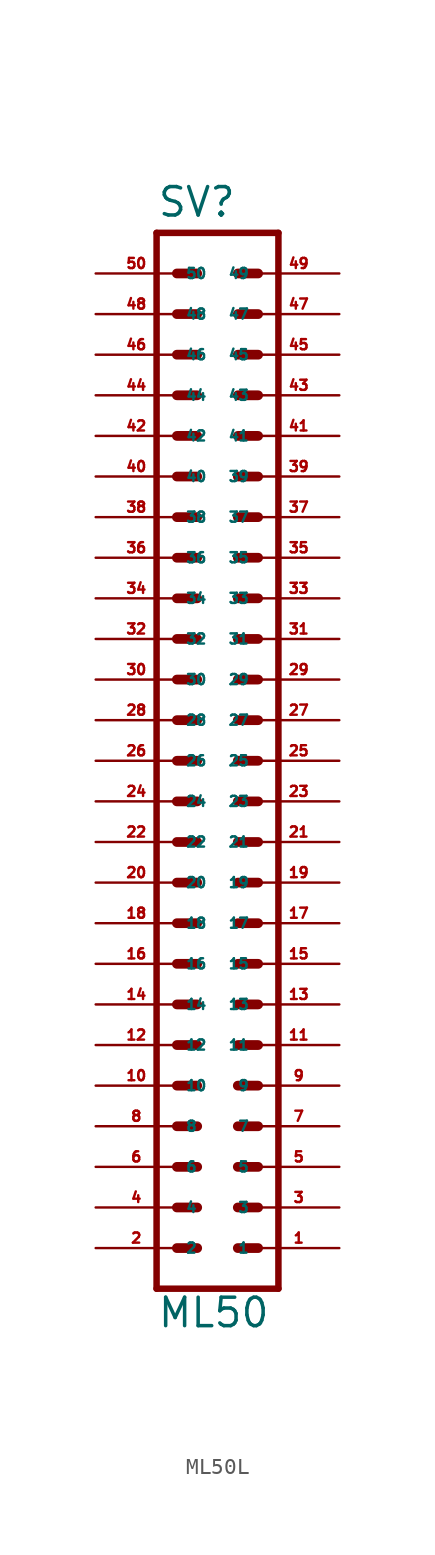
<source format=kicad_sym>
(kicad_symbol_lib
  (version 20220914)
  (generator Eagle2Kicad)
  (symbol "ML50L"
    (property "Reference" "SV"
      (at -3.81 33.909 0)
      (effects (font (size 1.778 1.778) (thickness 0.22)) (justify left bottom)))
    (property "Value" "ML50"
      (at -3.81 -35.56 0)
      (effects (font (size 1.778 1.778) (thickness 0.22)) (justify left bottom)))
    (polyline
      (pts (xy 3.81 -33.02) (xy -3.81 -33.02))
      (stroke (width 0.406) (type default))
      (fill (type none)))
    (polyline
      (pts (xy -3.81 33.02) (xy -3.81 -33.02))
      (stroke (width 0.406) (type default))
      (fill (type none)))
    (polyline
      (pts (xy -3.81 33.02) (xy 3.81 33.02))
      (stroke (width 0.406) (type default))
      (fill (type none)))
    (polyline
      (pts (xy 3.81 -33.02) (xy 3.81 33.02))
      (stroke (width 0.406) (type default))
      (fill (type none)))
    (polyline
      (pts (xy 1.27 -20.32) (xy 2.54 -20.32))
      (stroke (width 0.61) (type default))
      (fill (type none)))
    (polyline
      (pts (xy 1.27 -22.86) (xy 2.54 -22.86))
      (stroke (width 0.61) (type default))
      (fill (type none)))
    (polyline
      (pts (xy 1.27 -25.4) (xy 2.54 -25.4))
      (stroke (width 0.61) (type default))
      (fill (type none)))
    (polyline
      (pts (xy 1.27 -27.94) (xy 2.54 -27.94))
      (stroke (width 0.61) (type default))
      (fill (type none)))
    (polyline
      (pts (xy 1.27 -30.48) (xy 2.54 -30.48))
      (stroke (width 0.61) (type default))
      (fill (type none)))
    (polyline
      (pts (xy -2.54 -20.32) (xy -1.27 -20.32))
      (stroke (width 0.61) (type default))
      (fill (type none)))
    (polyline
      (pts (xy -2.54 -22.86) (xy -1.27 -22.86))
      (stroke (width 0.61) (type default))
      (fill (type none)))
    (polyline
      (pts (xy -2.54 -25.4) (xy -1.27 -25.4))
      (stroke (width 0.61) (type default))
      (fill (type none)))
    (polyline
      (pts (xy -2.54 -27.94) (xy -1.27 -27.94))
      (stroke (width 0.61) (type default))
      (fill (type none)))
    (polyline
      (pts (xy -2.54 -30.48) (xy -1.27 -30.48))
      (stroke (width 0.61) (type default))
      (fill (type none)))
    (polyline
      (pts (xy 1.27 -17.78) (xy 2.54 -17.78))
      (stroke (width 0.61) (type default))
      (fill (type none)))
    (polyline
      (pts (xy 1.27 -15.24) (xy 2.54 -15.24))
      (stroke (width 0.61) (type default))
      (fill (type none)))
    (polyline
      (pts (xy 1.27 -12.7) (xy 2.54 -12.7))
      (stroke (width 0.61) (type default))
      (fill (type none)))
    (polyline
      (pts (xy 1.27 -10.16) (xy 2.54 -10.16))
      (stroke (width 0.61) (type default))
      (fill (type none)))
    (polyline
      (pts (xy 1.27 -7.62) (xy 2.54 -7.62))
      (stroke (width 0.61) (type default))
      (fill (type none)))
    (polyline
      (pts (xy -2.54 -17.78) (xy -1.27 -17.78))
      (stroke (width 0.61) (type default))
      (fill (type none)))
    (polyline
      (pts (xy -2.54 -15.24) (xy -1.27 -15.24))
      (stroke (width 0.61) (type default))
      (fill (type none)))
    (polyline
      (pts (xy -2.54 -12.7) (xy -1.27 -12.7))
      (stroke (width 0.61) (type default))
      (fill (type none)))
    (polyline
      (pts (xy -2.54 -10.16) (xy -1.27 -10.16))
      (stroke (width 0.61) (type default))
      (fill (type none)))
    (polyline
      (pts (xy -2.54 -7.62) (xy -1.27 -7.62))
      (stroke (width 0.61) (type default))
      (fill (type none)))
    (polyline
      (pts (xy 1.27 -5.08) (xy 2.54 -5.08))
      (stroke (width 0.61) (type default))
      (fill (type none)))
    (polyline
      (pts (xy 1.27 -2.54) (xy 2.54 -2.54))
      (stroke (width 0.61) (type default))
      (fill (type none)))
    (polyline
      (pts (xy 1.27 0) (xy 2.54 0))
      (stroke (width 0.61) (type default))
      (fill (type none)))
    (polyline
      (pts (xy -2.54 -5.08) (xy -1.27 -5.08))
      (stroke (width 0.61) (type default))
      (fill (type none)))
    (polyline
      (pts (xy -2.54 -2.54) (xy -1.27 -2.54))
      (stroke (width 0.61) (type default))
      (fill (type none)))
    (polyline
      (pts (xy -2.54 0) (xy -1.27 0))
      (stroke (width 0.61) (type default))
      (fill (type none)))
    (polyline
      (pts (xy 1.27 2.54) (xy 2.54 2.54))
      (stroke (width 0.61) (type default))
      (fill (type none)))
    (polyline
      (pts (xy 1.27 5.08) (xy 2.54 5.08))
      (stroke (width 0.61) (type default))
      (fill (type none)))
    (polyline
      (pts (xy 1.27 7.62) (xy 2.54 7.62))
      (stroke (width 0.61) (type default))
      (fill (type none)))
    (polyline
      (pts (xy 1.27 10.16) (xy 2.54 10.16))
      (stroke (width 0.61) (type default))
      (fill (type none)))
    (polyline
      (pts (xy 1.27 12.7) (xy 2.54 12.7))
      (stroke (width 0.61) (type default))
      (fill (type none)))
    (polyline
      (pts (xy 1.27 15.24) (xy 2.54 15.24))
      (stroke (width 0.61) (type default))
      (fill (type none)))
    (polyline
      (pts (xy 1.27 17.78) (xy 2.54 17.78))
      (stroke (width 0.61) (type default))
      (fill (type none)))
    (polyline
      (pts (xy -2.54 2.54) (xy -1.27 2.54))
      (stroke (width 0.61) (type default))
      (fill (type none)))
    (polyline
      (pts (xy -2.54 5.08) (xy -1.27 5.08))
      (stroke (width 0.61) (type default))
      (fill (type none)))
    (polyline
      (pts (xy -2.54 7.62) (xy -1.27 7.62))
      (stroke (width 0.61) (type default))
      (fill (type none)))
    (polyline
      (pts (xy -2.54 10.16) (xy -1.27 10.16))
      (stroke (width 0.61) (type default))
      (fill (type none)))
    (polyline
      (pts (xy -2.54 12.7) (xy -1.27 12.7))
      (stroke (width 0.61) (type default))
      (fill (type none)))
    (polyline
      (pts (xy -2.54 15.24) (xy -1.27 15.24))
      (stroke (width 0.61) (type default))
      (fill (type none)))
    (polyline
      (pts (xy -2.54 17.78) (xy -1.27 17.78))
      (stroke (width 0.61) (type default))
      (fill (type none)))
    (polyline
      (pts (xy -2.54 20.32) (xy -1.27 20.32))
      (stroke (width 0.61) (type default))
      (fill (type none)))
    (polyline
      (pts (xy -2.54 22.86) (xy -1.27 22.86))
      (stroke (width 0.61) (type default))
      (fill (type none)))
    (polyline
      (pts (xy -2.54 25.4) (xy -1.27 25.4))
      (stroke (width 0.61) (type default))
      (fill (type none)))
    (polyline
      (pts (xy 1.27 20.32) (xy 2.54 20.32))
      (stroke (width 0.61) (type default))
      (fill (type none)))
    (polyline
      (pts (xy 1.27 22.86) (xy 2.54 22.86))
      (stroke (width 0.61) (type default))
      (fill (type none)))
    (polyline
      (pts (xy 1.27 25.4) (xy 2.54 25.4))
      (stroke (width 0.61) (type default))
      (fill (type none)))
    (polyline
      (pts (xy -2.54 27.94) (xy -1.27 27.94))
      (stroke (width 0.61) (type default))
      (fill (type none)))
    (polyline
      (pts (xy -2.54 30.48) (xy -1.27 30.48))
      (stroke (width 0.61) (type default))
      (fill (type none)))
    (polyline
      (pts (xy 1.27 27.94) (xy 2.54 27.94))
      (stroke (width 0.61) (type default))
      (fill (type none)))
    (polyline
      (pts (xy 1.27 30.48) (xy 2.54 30.48))
      (stroke (width 0.61) (type default))
      (fill (type none)))
    (pin passive line
      (at 7.62 -30.48 180)
      (length 5.08)
      (name "1" (effects (font (size 0.635 0.635) (thickness 0.08)) (justify left bottom)))
      (number "1" (effects (font (size 0.635 0.635) (thickness 0.08)) (justify left bottom))))
    (pin passive line
      (at 7.62 -27.94 180)
      (length 5.08)
      (name "3" (effects (font (size 0.635 0.635) (thickness 0.08)) (justify left bottom)))
      (number "3" (effects (font (size 0.635 0.635) (thickness 0.08)) (justify left bottom))))
    (pin passive line
      (at 7.62 -25.4 180)
      (length 5.08)
      (name "5" (effects (font (size 0.635 0.635) (thickness 0.08)) (justify left bottom)))
      (number "5" (effects (font (size 0.635 0.635) (thickness 0.08)) (justify left bottom))))
    (pin passive line
      (at 7.62 -22.86 180)
      (length 5.08)
      (name "7" (effects (font (size 0.635 0.635) (thickness 0.08)) (justify left bottom)))
      (number "7" (effects (font (size 0.635 0.635) (thickness 0.08)) (justify left bottom))))
    (pin passive line
      (at 7.62 -20.32 180)
      (length 5.08)
      (name "9" (effects (font (size 0.635 0.635) (thickness 0.08)) (justify left bottom)))
      (number "9" (effects (font (size 0.635 0.635) (thickness 0.08)) (justify left bottom))))
    (pin passive line
      (at 7.62 -17.78 180)
      (length 5.08)
      (name "11" (effects (font (size 0.635 0.635) (thickness 0.08)) (justify left bottom)))
      (number "11" (effects (font (size 0.635 0.635) (thickness 0.08)) (justify left bottom))))
    (pin passive line
      (at 7.62 -15.24 180)
      (length 5.08)
      (name "13" (effects (font (size 0.635 0.635) (thickness 0.08)) (justify left bottom)))
      (number "13" (effects (font (size 0.635 0.635) (thickness 0.08)) (justify left bottom))))
    (pin passive line
      (at 7.62 -12.7 180)
      (length 5.08)
      (name "15" (effects (font (size 0.635 0.635) (thickness 0.08)) (justify left bottom)))
      (number "15" (effects (font (size 0.635 0.635) (thickness 0.08)) (justify left bottom))))
    (pin passive line
      (at 7.62 -10.16 180)
      (length 5.08)
      (name "17" (effects (font (size 0.635 0.635) (thickness 0.08)) (justify left bottom)))
      (number "17" (effects (font (size 0.635 0.635) (thickness 0.08)) (justify left bottom))))
    (pin passive line
      (at 7.62 -7.62 180)
      (length 5.08)
      (name "19" (effects (font (size 0.635 0.635) (thickness 0.08)) (justify left bottom)))
      (number "19" (effects (font (size 0.635 0.635) (thickness 0.08)) (justify left bottom))))
    (pin passive line
      (at 7.62 -5.08 180)
      (length 5.08)
      (name "21" (effects (font (size 0.635 0.635) (thickness 0.08)) (justify left bottom)))
      (number "21" (effects (font (size 0.635 0.635) (thickness 0.08)) (justify left bottom))))
    (pin passive line
      (at 7.62 -2.54 180)
      (length 5.08)
      (name "23" (effects (font (size 0.635 0.635) (thickness 0.08)) (justify left bottom)))
      (number "23" (effects (font (size 0.635 0.635) (thickness 0.08)) (justify left bottom))))
    (pin passive line
      (at 7.62 0 180)
      (length 5.08)
      (name "25" (effects (font (size 0.635 0.635) (thickness 0.08)) (justify left bottom)))
      (number "25" (effects (font (size 0.635 0.635) (thickness 0.08)) (justify left bottom))))
    (pin passive line
      (at 7.62 2.54 180)
      (length 5.08)
      (name "27" (effects (font (size 0.635 0.635) (thickness 0.08)) (justify left bottom)))
      (number "27" (effects (font (size 0.635 0.635) (thickness 0.08)) (justify left bottom))))
    (pin passive line
      (at 7.62 5.08 180)
      (length 5.08)
      (name "29" (effects (font (size 0.635 0.635) (thickness 0.08)) (justify left bottom)))
      (number "29" (effects (font (size 0.635 0.635) (thickness 0.08)) (justify left bottom))))
    (pin passive line
      (at 7.62 7.62 180)
      (length 5.08)
      (name "31" (effects (font (size 0.635 0.635) (thickness 0.08)) (justify left bottom)))
      (number "31" (effects (font (size 0.635 0.635) (thickness 0.08)) (justify left bottom))))
    (pin passive line
      (at 7.62 10.16 180)
      (length 5.08)
      (name "33" (effects (font (size 0.635 0.635) (thickness 0.08)) (justify left bottom)))
      (number "33" (effects (font (size 0.635 0.635) (thickness 0.08)) (justify left bottom))))
    (pin passive line
      (at 7.62 12.7 180)
      (length 5.08)
      (name "35" (effects (font (size 0.635 0.635) (thickness 0.08)) (justify left bottom)))
      (number "35" (effects (font (size 0.635 0.635) (thickness 0.08)) (justify left bottom))))
    (pin passive line
      (at 7.62 15.24 180)
      (length 5.08)
      (name "37" (effects (font (size 0.635 0.635) (thickness 0.08)) (justify left bottom)))
      (number "37" (effects (font (size 0.635 0.635) (thickness 0.08)) (justify left bottom))))
    (pin passive line
      (at 7.62 17.78 180)
      (length 5.08)
      (name "39" (effects (font (size 0.635 0.635) (thickness 0.08)) (justify left bottom)))
      (number "39" (effects (font (size 0.635 0.635) (thickness 0.08)) (justify left bottom))))
    (pin passive line
      (at -7.62 -30.48 0)
      (length 5.08)
      (name "2" (effects (font (size 0.635 0.635) (thickness 0.08)) (justify left bottom)))
      (number "2" (effects (font (size 0.635 0.635) (thickness 0.08)) (justify left bottom))))
    (pin passive line
      (at -7.62 -27.94 0)
      (length 5.08)
      (name "4" (effects (font (size 0.635 0.635) (thickness 0.08)) (justify left bottom)))
      (number "4" (effects (font (size 0.635 0.635) (thickness 0.08)) (justify left bottom))))
    (pin passive line
      (at -7.62 -25.4 0)
      (length 5.08)
      (name "6" (effects (font (size 0.635 0.635) (thickness 0.08)) (justify left bottom)))
      (number "6" (effects (font (size 0.635 0.635) (thickness 0.08)) (justify left bottom))))
    (pin passive line
      (at -7.62 -22.86 0)
      (length 5.08)
      (name "8" (effects (font (size 0.635 0.635) (thickness 0.08)) (justify left bottom)))
      (number "8" (effects (font (size 0.635 0.635) (thickness 0.08)) (justify left bottom))))
    (pin passive line
      (at -7.62 -20.32 0)
      (length 5.08)
      (name "10" (effects (font (size 0.635 0.635) (thickness 0.08)) (justify left bottom)))
      (number "10" (effects (font (size 0.635 0.635) (thickness 0.08)) (justify left bottom))))
    (pin passive line
      (at -7.62 -17.78 0)
      (length 5.08)
      (name "12" (effects (font (size 0.635 0.635) (thickness 0.08)) (justify left bottom)))
      (number "12" (effects (font (size 0.635 0.635) (thickness 0.08)) (justify left bottom))))
    (pin passive line
      (at -7.62 -15.24 0)
      (length 5.08)
      (name "14" (effects (font (size 0.635 0.635) (thickness 0.08)) (justify left bottom)))
      (number "14" (effects (font (size 0.635 0.635) (thickness 0.08)) (justify left bottom))))
    (pin passive line
      (at -7.62 -12.7 0)
      (length 5.08)
      (name "16" (effects (font (size 0.635 0.635) (thickness 0.08)) (justify left bottom)))
      (number "16" (effects (font (size 0.635 0.635) (thickness 0.08)) (justify left bottom))))
    (pin passive line
      (at -7.62 -10.16 0)
      (length 5.08)
      (name "18" (effects (font (size 0.635 0.635) (thickness 0.08)) (justify left bottom)))
      (number "18" (effects (font (size 0.635 0.635) (thickness 0.08)) (justify left bottom))))
    (pin passive line
      (at -7.62 -7.62 0)
      (length 5.08)
      (name "20" (effects (font (size 0.635 0.635) (thickness 0.08)) (justify left bottom)))
      (number "20" (effects (font (size 0.635 0.635) (thickness 0.08)) (justify left bottom))))
    (pin passive line
      (at -7.62 -5.08 0)
      (length 5.08)
      (name "22" (effects (font (size 0.635 0.635) (thickness 0.08)) (justify left bottom)))
      (number "22" (effects (font (size 0.635 0.635) (thickness 0.08)) (justify left bottom))))
    (pin passive line
      (at -7.62 -2.54 0)
      (length 5.08)
      (name "24" (effects (font (size 0.635 0.635) (thickness 0.08)) (justify left bottom)))
      (number "24" (effects (font (size 0.635 0.635) (thickness 0.08)) (justify left bottom))))
    (pin passive line
      (at -7.62 0 0)
      (length 5.08)
      (name "26" (effects (font (size 0.635 0.635) (thickness 0.08)) (justify left bottom)))
      (number "26" (effects (font (size 0.635 0.635) (thickness 0.08)) (justify left bottom))))
    (pin passive line
      (at -7.62 2.54 0)
      (length 5.08)
      (name "28" (effects (font (size 0.635 0.635) (thickness 0.08)) (justify left bottom)))
      (number "28" (effects (font (size 0.635 0.635) (thickness 0.08)) (justify left bottom))))
    (pin passive line
      (at -7.62 5.08 0)
      (length 5.08)
      (name "30" (effects (font (size 0.635 0.635) (thickness 0.08)) (justify left bottom)))
      (number "30" (effects (font (size 0.635 0.635) (thickness 0.08)) (justify left bottom))))
    (pin passive line
      (at -7.62 7.62 0)
      (length 5.08)
      (name "32" (effects (font (size 0.635 0.635) (thickness 0.08)) (justify left bottom)))
      (number "32" (effects (font (size 0.635 0.635) (thickness 0.08)) (justify left bottom))))
    (pin passive line
      (at -7.62 10.16 0)
      (length 5.08)
      (name "34" (effects (font (size 0.635 0.635) (thickness 0.08)) (justify left bottom)))
      (number "34" (effects (font (size 0.635 0.635) (thickness 0.08)) (justify left bottom))))
    (pin passive line
      (at -7.62 12.7 0)
      (length 5.08)
      (name "36" (effects (font (size 0.635 0.635) (thickness 0.08)) (justify left bottom)))
      (number "36" (effects (font (size 0.635 0.635) (thickness 0.08)) (justify left bottom))))
    (pin passive line
      (at -7.62 15.24 0)
      (length 5.08)
      (name "38" (effects (font (size 0.635 0.635) (thickness 0.08)) (justify left bottom)))
      (number "38" (effects (font (size 0.635 0.635) (thickness 0.08)) (justify left bottom))))
    (pin passive line
      (at -7.62 17.78 0)
      (length 5.08)
      (name "40" (effects (font (size 0.635 0.635) (thickness 0.08)) (justify left bottom)))
      (number "40" (effects (font (size 0.635 0.635) (thickness 0.08)) (justify left bottom))))
    (pin passive line
      (at 7.62 20.32 180)
      (length 5.08)
      (name "41" (effects (font (size 0.635 0.635) (thickness 0.08)) (justify left bottom)))
      (number "41" (effects (font (size 0.635 0.635) (thickness 0.08)) (justify left bottom))))
    (pin passive line
      (at 7.62 22.86 180)
      (length 5.08)
      (name "43" (effects (font (size 0.635 0.635) (thickness 0.08)) (justify left bottom)))
      (number "43" (effects (font (size 0.635 0.635) (thickness 0.08)) (justify left bottom))))
    (pin passive line
      (at 7.62 25.4 180)
      (length 5.08)
      (name "45" (effects (font (size 0.635 0.635) (thickness 0.08)) (justify left bottom)))
      (number "45" (effects (font (size 0.635 0.635) (thickness 0.08)) (justify left bottom))))
    (pin passive line
      (at 7.62 27.94 180)
      (length 5.08)
      (name "47" (effects (font (size 0.635 0.635) (thickness 0.08)) (justify left bottom)))
      (number "47" (effects (font (size 0.635 0.635) (thickness 0.08)) (justify left bottom))))
    (pin passive line
      (at 7.62 30.48 180)
      (length 5.08)
      (name "49" (effects (font (size 0.635 0.635) (thickness 0.08)) (justify left bottom)))
      (number "49" (effects (font (size 0.635 0.635) (thickness 0.08)) (justify left bottom))))
    (pin passive line
      (at -7.62 20.32 0)
      (length 5.08)
      (name "42" (effects (font (size 0.635 0.635) (thickness 0.08)) (justify left bottom)))
      (number "42" (effects (font (size 0.635 0.635) (thickness 0.08)) (justify left bottom))))
    (pin passive line
      (at -7.62 22.86 0)
      (length 5.08)
      (name "44" (effects (font (size 0.635 0.635) (thickness 0.08)) (justify left bottom)))
      (number "44" (effects (font (size 0.635 0.635) (thickness 0.08)) (justify left bottom))))
    (pin passive line
      (at -7.62 25.4 0)
      (length 5.08)
      (name "46" (effects (font (size 0.635 0.635) (thickness 0.08)) (justify left bottom)))
      (number "46" (effects (font (size 0.635 0.635) (thickness 0.08)) (justify left bottom))))
    (pin passive line
      (at -7.62 27.94 0)
      (length 5.08)
      (name "48" (effects (font (size 0.635 0.635) (thickness 0.08)) (justify left bottom)))
      (number "48" (effects (font (size 0.635 0.635) (thickness 0.08)) (justify left bottom))))
    (pin passive line
      (at -7.62 30.48 0)
      (length 5.08)
      (name "50" (effects (font (size 0.635 0.635) (thickness 0.08)) (justify left bottom)))
      (number "50" (effects (font (size 0.635 0.635) (thickness 0.08)) (justify left bottom))))))
</source>
